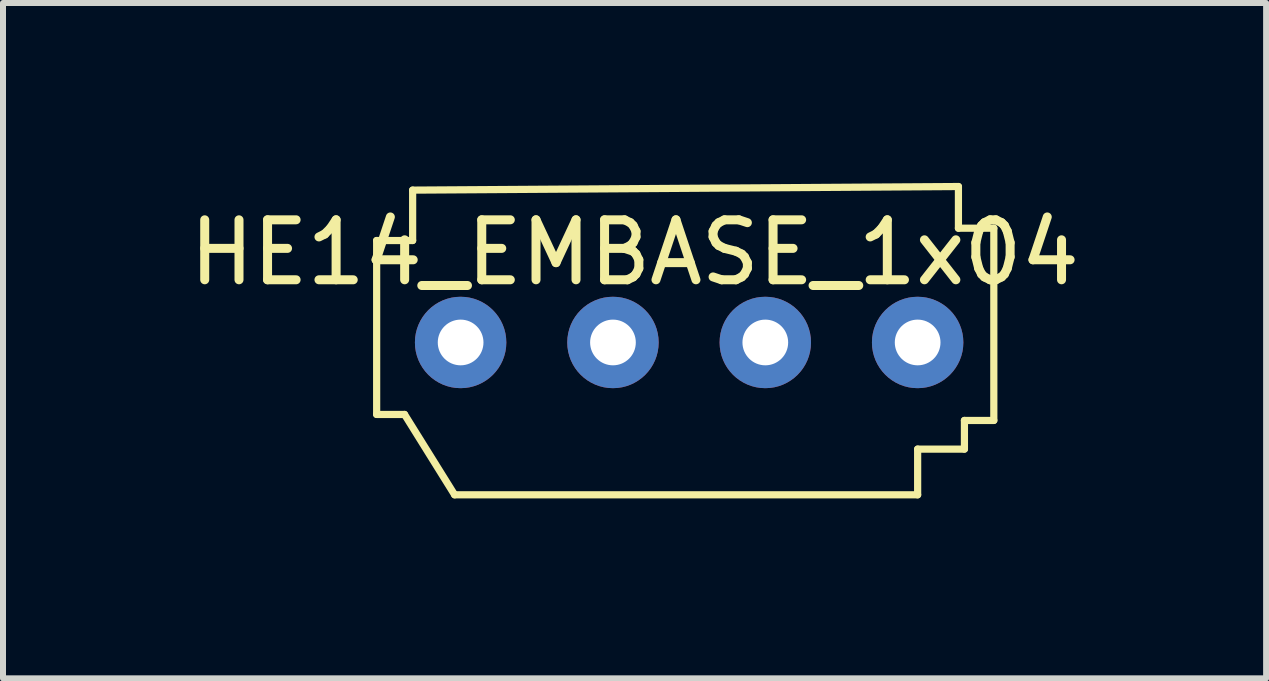
<source format=kicad_pcb>
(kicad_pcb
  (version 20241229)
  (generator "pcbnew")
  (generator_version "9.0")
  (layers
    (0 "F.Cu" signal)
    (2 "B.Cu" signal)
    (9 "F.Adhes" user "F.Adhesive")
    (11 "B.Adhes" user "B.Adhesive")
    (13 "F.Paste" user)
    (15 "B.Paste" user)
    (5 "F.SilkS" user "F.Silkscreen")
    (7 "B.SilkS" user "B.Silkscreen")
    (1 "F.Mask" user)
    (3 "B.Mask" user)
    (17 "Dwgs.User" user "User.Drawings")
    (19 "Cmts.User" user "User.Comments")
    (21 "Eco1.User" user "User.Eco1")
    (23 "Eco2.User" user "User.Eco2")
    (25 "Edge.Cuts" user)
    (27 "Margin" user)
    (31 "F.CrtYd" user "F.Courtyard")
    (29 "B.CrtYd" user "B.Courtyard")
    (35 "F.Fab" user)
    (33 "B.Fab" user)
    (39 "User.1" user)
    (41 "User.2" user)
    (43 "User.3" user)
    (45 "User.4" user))
  (footprint "HE14_EMBASE_1x04"
    (layer "F.Cu")
    (at 4.63 2.66)
    (property "Reference" "HE14_EMBASE_1x04" (at 2.9 -1.5 0) (unlocked yes) (layer "F.SilkS") (effects (font (size 1 1) (thickness 0.15))))
    (attr through_hole)
    (fp_line (start -1.4 -1.7) (end -1.4 1.2) (stroke (width 0.12) (type solid)) (layer "F.SilkS"))
    (fp_line (start -1.4 -1.7) (end -0.8 -1.7) (stroke (width 0.12) (type solid)) (layer "F.SilkS"))
    (fp_line (start -1.4 1.2) (end -0.935 1.2) (stroke (width 0.12) (type solid)) (layer "F.SilkS"))
    (fp_line (start -0.935 1.2) (end -0.1 2.54) (stroke (width 0.12) (type solid)) (layer "F.SilkS"))
    (fp_line (start -0.8 -2.54) (end -0.8 -1.7) (stroke (width 0.12) (type solid)) (layer "F.SilkS"))
    (fp_line (start -0.1 2.54) (end 7.62 2.54) (stroke (width 0.12) (type solid)) (layer "F.SilkS"))
    (fp_line (start 7.62 1.778) (end 7.62 2.54) (stroke (width 0.12) (type solid)) (layer "F.SilkS"))
    (fp_line (start 8.3 -2.6) (end -0.8 -2.54) (stroke (width 0.12) (type solid)) (layer "F.SilkS"))
    (fp_line (start 8.3 -1.905) (end 8.3 -2.6) (stroke (width 0.12) (type solid)) (layer "F.SilkS"))
    (fp_line (start 8.3 -1.905) (end 8.89 -1.905) (stroke (width 0.12) (type solid)) (layer "F.SilkS"))
    (fp_line (start 8.4 1.3) (end 8.4 1.778) (stroke (width 0.12) (type solid)) (layer "F.SilkS"))
    (fp_line (start 8.4 1.778) (end 7.62 1.778) (stroke (width 0.12) (type solid)) (layer "F.SilkS"))
    (fp_line (start 8.89 1.3) (end 8.4 1.3) (stroke (width 0.12) (type solid)) (layer "F.SilkS"))
    (fp_line (start 8.89 1.3) (end 8.89 -1.905) (stroke (width 0.12) (type solid)) (layer "F.SilkS"))
    (pad "1" thru_hole circle (at 0 0) (size 1.524 1.524) (drill 0.762) (layers "*.Cu" "*.Mask"))
    (pad "2" thru_hole circle (at 2.54 0) (size 1.524 1.524) (drill 0.762) (layers "*.Cu" "*.Mask"))
    (pad "3" thru_hole circle (at 5.08 0) (size 1.524 1.524) (drill 0.762) (layers "*.Cu" "*.Mask"))
    (pad "4" thru_hole circle (at 7.62 0) (size 1.524 1.524) (drill 0.762) (layers "*.Cu" "*.Mask")))
  (gr_rect
    (start -3 -3)
    (end 18.06 8.26)
    (stroke (width 0.1) (type default))
    (fill no)
    (layer "Edge.Cuts")))
</source>
